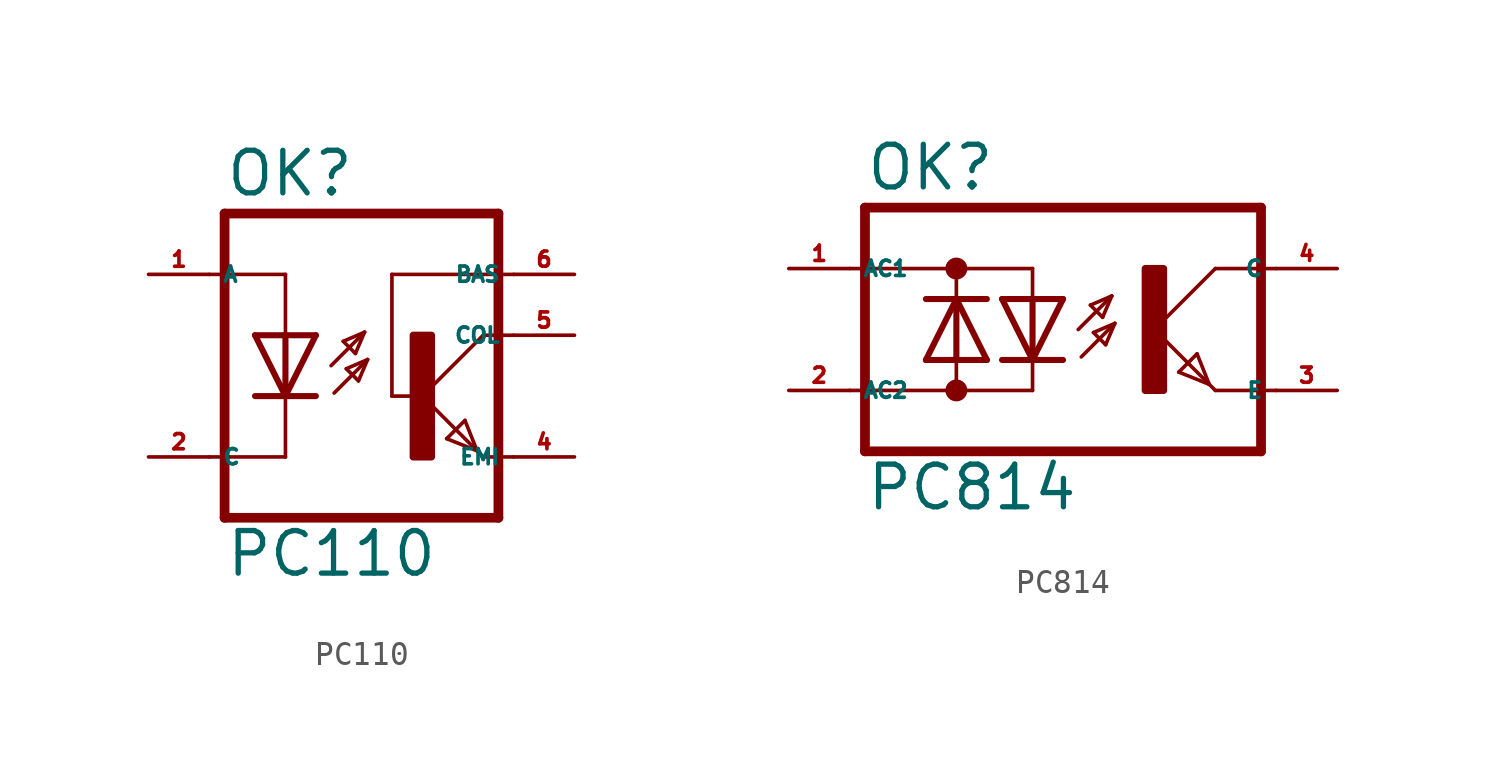
<source format=kicad_sym>
(kicad_symbol_lib
  (version 20220914)
  (generator kicad_symbol_editor)
  (symbol "PC110"
    (property "Reference" "OK"
      (at -6.985 5.715 0)
      (effects (font (size 1.778 1.778) (thickness 0.22)) (justify left bottom)))
    (property "Value" "PC110"
      (at -6.985 -10.16 0)
      (effects (font (size 1.778 1.778) (thickness 0.22)) (justify left bottom)))
    (symbol "PC110_1_1"
      (polyline (pts (xy -7.62 2.54) (xy -4.445 2.54)) (stroke (width 0.152) (type default)) (fill (type none)))
      (polyline (pts (xy -6.985 -7.62) (xy 4.445 -7.62)) (stroke (width 0.406) (type default)) (fill (type none)))
      (polyline (pts (xy -6.985 5.08) (xy -6.985 -7.62)) (stroke (width 0.406) (type default)) (fill (type none)))
      (polyline (pts (xy -6.985 5.08) (xy 4.445 5.08)) (stroke (width 0.406) (type default)) (fill (type none)))
      (polyline (pts (xy -4.445 -5.08) (xy -7.62 -5.08)) (stroke (width 0.152) (type default)) (fill (type none)))
      (polyline (pts (xy -4.445 -2.54) (xy -5.715 -2.54)) (stroke (width 0.254) (type default)) (fill (type none)))
      (polyline (pts (xy -4.445 -2.54) (xy -5.715 0)) (stroke (width 0.254) (type default)) (fill (type none)))
      (polyline (pts (xy -4.445 -2.54) (xy -4.445 -5.08)) (stroke (width 0.152) (type default)) (fill (type none)))
      (polyline (pts (xy -4.445 0) (xy -5.715 0)) (stroke (width 0.254) (type default)) (fill (type none)))
      (polyline (pts (xy -4.445 0) (xy -4.445 -2.54)) (stroke (width 0.254) (type default)) (fill (type none)))
      (polyline (pts (xy -4.445 2.54) (xy -4.445 0)) (stroke (width 0.152) (type default)) (fill (type none)))
      (polyline (pts (xy -3.175 -2.54) (xy -4.445 -2.54)) (stroke (width 0.254) (type default)) (fill (type none)))
      (polyline (pts (xy -3.175 0) (xy -4.445 -2.54)) (stroke (width 0.254) (type default)) (fill (type none)))
      (polyline (pts (xy -3.175 0) (xy -4.445 0)) (stroke (width 0.254) (type default)) (fill (type none)))
      (polyline (pts (xy -2.54 -1.27) (xy -1.143 0.127)) (stroke (width 0.152) (type default)) (fill (type none)))
      (polyline (pts (xy -2.413 -2.413) (xy -1.016 -1.016)) (stroke (width 0.152) (type default)) (fill (type none)))
      (polyline (pts (xy -2.032 -0.254) (xy -1.524 -0.762)) (stroke (width 0.152) (type default)) (fill (type none)))
      (polyline (pts (xy -1.905 -1.397) (xy -1.397 -1.905)) (stroke (width 0.152) (type default)) (fill (type none)))
      (polyline (pts (xy -1.524 -0.762) (xy -1.143 0.127)) (stroke (width 0.152) (type default)) (fill (type none)))
      (polyline (pts (xy -1.397 -1.905) (xy -1.016 -1.016)) (stroke (width 0.152) (type default)) (fill (type none)))
      (polyline (pts (xy -1.143 0.127) (xy -2.032 -0.254)) (stroke (width 0.152) (type default)) (fill (type none)))
      (polyline (pts (xy -1.016 -1.016) (xy -1.905 -1.397)) (stroke (width 0.152) (type default)) (fill (type none)))
      (polyline (pts (xy 0 -2.54) (xy 0 2.54)) (stroke (width 0.152) (type default)) (fill (type none)))
      (polyline (pts (xy 0 -2.54) (xy 1.016 -2.54)) (stroke (width 0.152) (type default)) (fill (type none)))
      (polyline (pts (xy 0 2.54) (xy 5.08 2.54)) (stroke (width 0.152) (type default)) (fill (type none)))
      (polyline (pts (xy 1.27 -2.54) (xy 3.556 -4.826)) (stroke (width 0.152) (type default)) (fill (type none)))
      (polyline (pts (xy 2.286 -4.318) (xy 3.048 -3.556)) (stroke (width 0.152) (type default)) (fill (type none)))
      (polyline (pts (xy 3.048 -3.556) (xy 3.556 -4.826)) (stroke (width 0.152) (type default)) (fill (type none)))
      (polyline (pts (xy 3.556 -4.826) (xy 2.286 -4.318)) (stroke (width 0.152) (type default)) (fill (type none)))
      (polyline (pts (xy 3.556 -4.826) (xy 3.81 -5.08)) (stroke (width 0.152) (type default)) (fill (type none)))
      (polyline (pts (xy 3.81 -5.08) (xy 5.08 -5.08)) (stroke (width 0.152) (type default)) (fill (type none)))
      (polyline (pts (xy 3.81 0) (xy 1.27 -2.54)) (stroke (width 0.152) (type default)) (fill (type none)))
      (polyline (pts (xy 3.81 0) (xy 5.08 0)) (stroke (width 0.152) (type default)) (fill (type none)))
      (polyline (pts (xy 4.445 5.08) (xy 4.445 -7.62)) (stroke (width 0.406) (type default)) (fill (type none)))
      (rectangle (start 0.889 -5.08) (end 1.651 0) (stroke (width 0.3) (type default)) (fill (type outline)))
      (pin passive line (at -10.16 2.54 0) (length 2.54) (name "A" (effects (font (size 0.635 0.635)))) (number "1" (effects (font (size 0.635 0.635)))))
      (pin passive line (at -10.16 -5.08 0) (length 2.54) (name "C" (effects (font (size 0.635 0.635)))) (number "2" (effects (font (size 0.635 0.635)))))
      (pin passive line (at 7.62 -5.08 180) (length 2.54) (name "EMI" (effects (font (size 0.635 0.635)))) (number "4" (effects (font (size 0.635 0.635)))))
      (pin passive line (at 7.62 0 180) (length 2.54) (name "COL" (effects (font (size 0.635 0.635)))) (number "5" (effects (font (size 0.635 0.635)))))
      (pin passive line (at 7.62 2.54 180) (length 2.54) (name "BAS" (effects (font (size 0.635 0.635)))) (number "6" (effects (font (size 0.635 0.635)))))))
  (symbol "PC814"
    (property "Reference" "OK"
      (at -6.985 5.715 0)
      (effects (font (size 1.778 1.778) (thickness 0.22)) (justify left bottom)))
    (property "Value" "PC814"
      (at -6.985 -7.62 0)
      (effects (font (size 1.778 1.778) (thickness 0.22)) (justify left bottom)))
    (symbol "PC814_1_1"
      (circle (center -3.175 -2.54) (radius 0.254) (stroke (width 0.406) (type default)) (fill (type none)))
      (circle (center -3.175 2.54) (radius 0.254) (stroke (width 0.406) (type default)) (fill (type none)))
      (polyline (pts (xy -6.985 -5.08) (xy 9.525 -5.08)) (stroke (width 0.406) (type default)) (fill (type none)))
      (polyline (pts (xy -6.985 5.08) (xy -6.985 -5.08)) (stroke (width 0.406) (type default)) (fill (type none)))
      (polyline (pts (xy -6.985 5.08) (xy 9.525 5.08)) (stroke (width 0.406) (type default)) (fill (type none)))
      (polyline (pts (xy -4.445 -1.27) (xy -3.175 -1.27)) (stroke (width 0.254) (type default)) (fill (type none)))
      (polyline (pts (xy -4.445 -1.27) (xy -3.175 1.27)) (stroke (width 0.254) (type default)) (fill (type none)))
      (polyline (pts (xy -4.445 1.27) (xy -3.175 1.27)) (stroke (width 0.254) (type default)) (fill (type none)))
      (polyline (pts (xy -3.175 -2.54) (xy -7.62 -2.54)) (stroke (width 0.152) (type default)) (fill (type none)))
      (polyline (pts (xy -3.175 -2.54) (xy -3.175 -1.27)) (stroke (width 0.152) (type default)) (fill (type none)))
      (polyline (pts (xy -3.175 -2.54) (xy 0 -2.54)) (stroke (width 0.152) (type default)) (fill (type none)))
      (polyline (pts (xy -3.175 -1.27) (xy -3.175 1.27)) (stroke (width 0.254) (type default)) (fill (type none)))
      (polyline (pts (xy -3.175 -1.27) (xy -1.905 -1.27)) (stroke (width 0.254) (type default)) (fill (type none)))
      (polyline (pts (xy -3.175 1.27) (xy -1.905 -1.27)) (stroke (width 0.254) (type default)) (fill (type none)))
      (polyline (pts (xy -3.175 1.27) (xy -1.905 1.27)) (stroke (width 0.254) (type default)) (fill (type none)))
      (polyline (pts (xy -3.175 2.54) (xy -7.62 2.54)) (stroke (width 0.152) (type default)) (fill (type none)))
      (polyline (pts (xy -3.175 2.54) (xy -3.175 1.27)) (stroke (width 0.152) (type default)) (fill (type none)))
      (polyline (pts (xy -3.175 2.54) (xy 0 2.54)) (stroke (width 0.152) (type default)) (fill (type none)))
      (polyline (pts (xy 0 -2.54) (xy 0 -1.27)) (stroke (width 0.152) (type default)) (fill (type none)))
      (polyline (pts (xy 0 -1.27) (xy -1.27 -1.27)) (stroke (width 0.254) (type default)) (fill (type none)))
      (polyline (pts (xy 0 -1.27) (xy -1.27 1.27)) (stroke (width 0.254) (type default)) (fill (type none)))
      (polyline (pts (xy 0 1.27) (xy -1.27 1.27)) (stroke (width 0.254) (type default)) (fill (type none)))
      (polyline (pts (xy 0 1.27) (xy 0 -1.27)) (stroke (width 0.254) (type default)) (fill (type none)))
      (polyline (pts (xy 0 2.54) (xy 0 1.27)) (stroke (width 0.152) (type default)) (fill (type none)))
      (polyline (pts (xy 1.27 -1.27) (xy 0 -1.27)) (stroke (width 0.254) (type default)) (fill (type none)))
      (polyline (pts (xy 1.27 1.27) (xy 0 -1.27)) (stroke (width 0.254) (type default)) (fill (type none)))
      (polyline (pts (xy 1.27 1.27) (xy 0 1.27)) (stroke (width 0.254) (type default)) (fill (type none)))
      (polyline (pts (xy 1.905 0) (xy 3.302 1.397)) (stroke (width 0.152) (type default)) (fill (type none)))
      (polyline (pts (xy 2.032 -1.143) (xy 3.429 0.254)) (stroke (width 0.152) (type default)) (fill (type none)))
      (polyline (pts (xy 2.413 1.016) (xy 2.921 0.508)) (stroke (width 0.152) (type default)) (fill (type none)))
      (polyline (pts (xy 2.54 -0.127) (xy 3.048 -0.635)) (stroke (width 0.152) (type default)) (fill (type none)))
      (polyline (pts (xy 2.921 0.508) (xy 3.302 1.397)) (stroke (width 0.152) (type default)) (fill (type none)))
      (polyline (pts (xy 3.048 -0.635) (xy 3.429 0.254)) (stroke (width 0.152) (type default)) (fill (type none)))
      (polyline (pts (xy 3.302 1.397) (xy 2.413 1.016)) (stroke (width 0.152) (type default)) (fill (type none)))
      (polyline (pts (xy 3.429 0.254) (xy 2.54 -0.127)) (stroke (width 0.152) (type default)) (fill (type none)))
      (polyline (pts (xy 5.08 0) (xy 7.366 -2.286)) (stroke (width 0.152) (type default)) (fill (type none)))
      (polyline (pts (xy 6.096 -1.778) (xy 6.858 -1.016)) (stroke (width 0.152) (type default)) (fill (type none)))
      (polyline (pts (xy 6.858 -1.016) (xy 7.366 -2.286)) (stroke (width 0.152) (type default)) (fill (type none)))
      (polyline (pts (xy 7.366 -2.286) (xy 6.096 -1.778)) (stroke (width 0.152) (type default)) (fill (type none)))
      (polyline (pts (xy 7.366 -2.286) (xy 7.62 -2.54)) (stroke (width 0.152) (type default)) (fill (type none)))
      (polyline (pts (xy 7.62 -2.54) (xy 10.16 -2.54)) (stroke (width 0.152) (type default)) (fill (type none)))
      (polyline (pts (xy 7.62 2.54) (xy 5.08 0)) (stroke (width 0.152) (type default)) (fill (type none)))
      (polyline (pts (xy 7.62 2.54) (xy 10.16 2.54)) (stroke (width 0.152) (type default)) (fill (type none)))
      (polyline (pts (xy 9.525 5.08) (xy 9.525 -5.08)) (stroke (width 0.406) (type default)) (fill (type none)))
      (rectangle (start 4.699 -2.54) (end 5.461 2.54) (stroke (width 0.3) (type default)) (fill (type outline)))
      (pin passive line (at -10.16 2.54 0) (length 2.54) (name "AC1" (effects (font (size 0.635 0.635)))) (number "1" (effects (font (size 0.635 0.635)))))
      (pin passive line (at -10.16 -2.54 0) (length 2.54) (name "AC2" (effects (font (size 0.635 0.635)))) (number "2" (effects (font (size 0.635 0.635)))))
      (pin passive line (at 12.7 -2.54 180) (length 2.54) (name "E" (effects (font (size 0.635 0.635)))) (number "3" (effects (font (size 0.635 0.635)))))
      (pin passive line (at 12.7 2.54 180) (length 2.54) (name "C" (effects (font (size 0.635 0.635)))) (number "4" (effects (font (size 0.635 0.635))))))))
</source>
